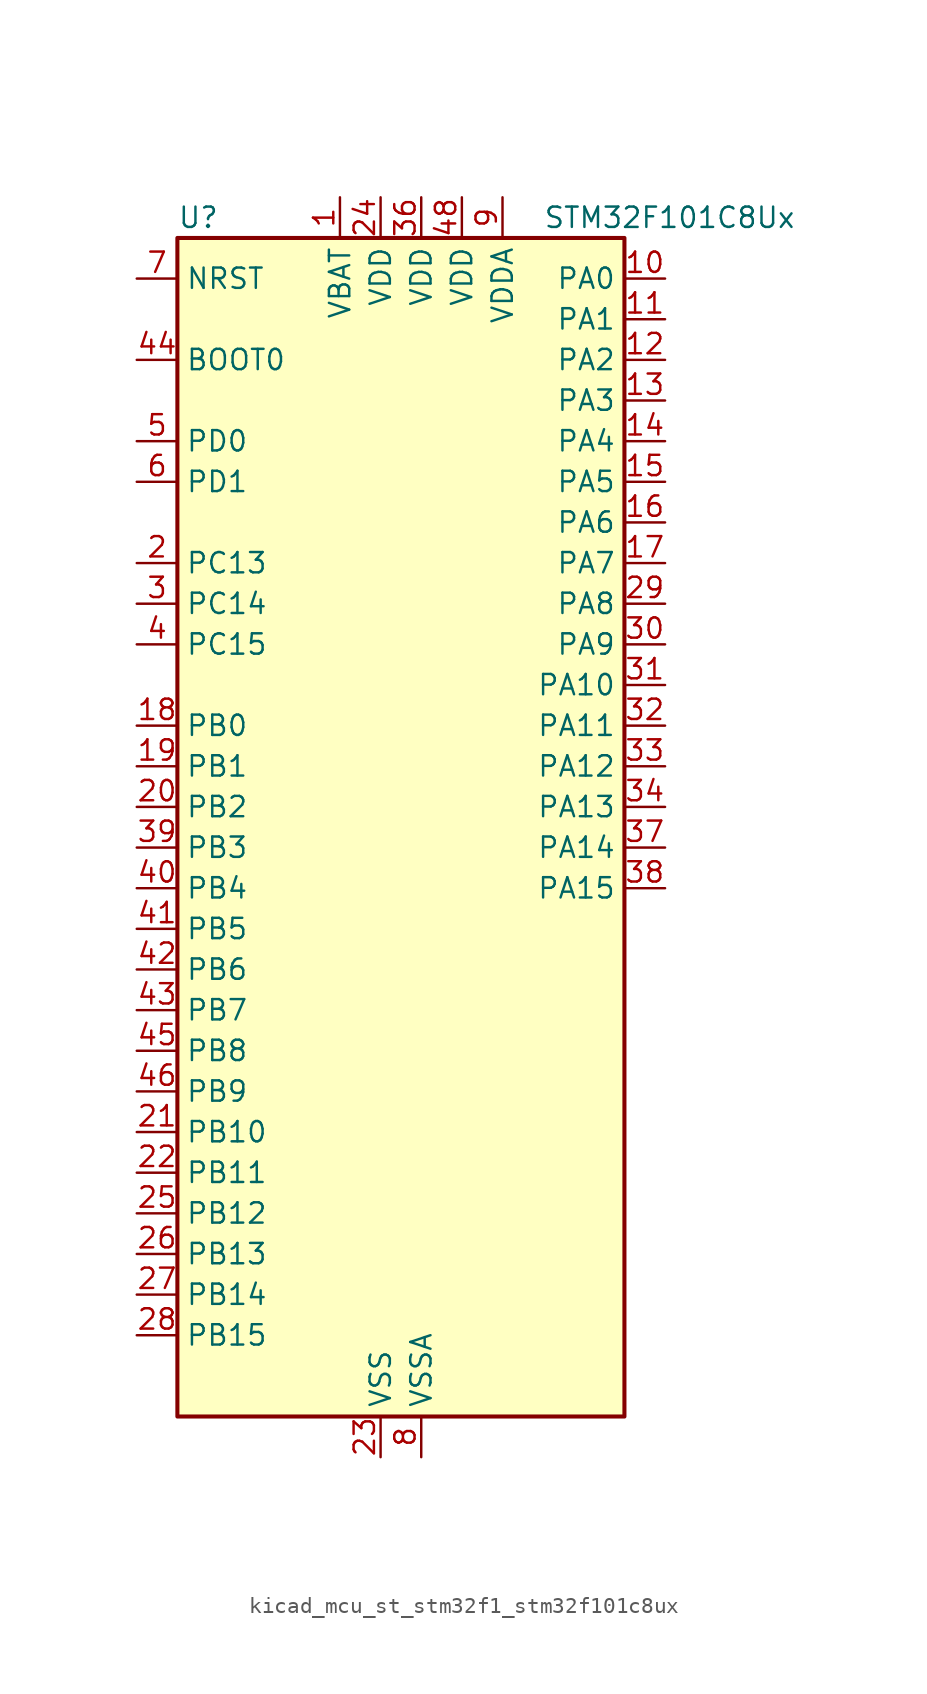
<source format=kicad_sym>
(kicad_symbol_lib
  (version 20220914)
  (generator kicad_symbol_editor)
  (symbol "kicad_mcu_st_stm32f1_stm32f101c8ux"
    (property "Reference" "U"
      (at -12.7 39.37 0)
      (effects (font (size 1.27 1.27)) (justify left)))
    (property "Value" "STM32F101C8Ux"
      (at 10.16 39.37 0)
      (effects (font (size 1.27 1.27)) (justify left)))
    (property "ki_locked" ""
      (at 0 0 0)
      (effects (font (size 1.27 1.27))))
    (symbol "kicad_mcu_st_stm32f1_stm32f101c8ux_0_1"
      (rectangle (start -12.7 -35.56) (end 15.24 38.1) (stroke (width 0.254) (type default)) (fill (type background))))
    (symbol "kicad_mcu_st_stm32f1_stm32f101c8ux_1_1"
      (pin power_in line (at -2.54 40.64 270) (length 2.54) (name "VBAT" (effects (font (size 1.27 1.27)))) (number "1" (effects (font (size 1.27 1.27)))))
      (pin bidirectional line (at 17.78 35.56 180) (length 2.54) (name "PA0" (effects (font (size 1.27 1.27)))) (number "10" (effects (font (size 1.27 1.27)))) (alternate "ADC1_IN0" bidirectional line) (alternate "SYS_WKUP" bidirectional line) (alternate "TIM2_CH1" bidirectional line) (alternate "TIM2_ETR" bidirectional line) (alternate "USART2_CTS" bidirectional line))
      (pin bidirectional line (at 17.78 33.02 180) (length 2.54) (name "PA1" (effects (font (size 1.27 1.27)))) (number "11" (effects (font (size 1.27 1.27)))) (alternate "ADC1_IN1" bidirectional line) (alternate "TIM2_CH2" bidirectional line) (alternate "USART2_RTS" bidirectional line))
      (pin bidirectional line (at 17.78 30.48 180) (length 2.54) (name "PA2" (effects (font (size 1.27 1.27)))) (number "12" (effects (font (size 1.27 1.27)))) (alternate "ADC1_IN2" bidirectional line) (alternate "TIM2_CH3" bidirectional line) (alternate "USART2_TX" bidirectional line))
      (pin bidirectional line (at 17.78 27.94 180) (length 2.54) (name "PA3" (effects (font (size 1.27 1.27)))) (number "13" (effects (font (size 1.27 1.27)))) (alternate "ADC1_IN3" bidirectional line) (alternate "TIM2_CH4" bidirectional line) (alternate "USART2_RX" bidirectional line))
      (pin bidirectional line (at 17.78 25.4 180) (length 2.54) (name "PA4" (effects (font (size 1.27 1.27)))) (number "14" (effects (font (size 1.27 1.27)))) (alternate "ADC1_IN4" bidirectional line) (alternate "SPI1_NSS" bidirectional line) (alternate "USART2_CK" bidirectional line))
      (pin bidirectional line (at 17.78 22.86 180) (length 2.54) (name "PA5" (effects (font (size 1.27 1.27)))) (number "15" (effects (font (size 1.27 1.27)))) (alternate "ADC1_IN5" bidirectional line) (alternate "SPI1_SCK" bidirectional line))
      (pin bidirectional line (at 17.78 20.32 180) (length 2.54) (name "PA6" (effects (font (size 1.27 1.27)))) (number "16" (effects (font (size 1.27 1.27)))) (alternate "ADC1_IN6" bidirectional line) (alternate "SPI1_MISO" bidirectional line) (alternate "TIM3_CH1" bidirectional line))
      (pin bidirectional line (at 17.78 17.78 180) (length 2.54) (name "PA7" (effects (font (size 1.27 1.27)))) (number "17" (effects (font (size 1.27 1.27)))) (alternate "ADC1_IN7" bidirectional line) (alternate "SPI1_MOSI" bidirectional line) (alternate "TIM3_CH2" bidirectional line))
      (pin bidirectional line (at -15.24 7.62 0) (length 2.54) (name "PB0" (effects (font (size 1.27 1.27)))) (number "18" (effects (font (size 1.27 1.27)))) (alternate "ADC1_IN8" bidirectional line) (alternate "TIM3_CH3" bidirectional line))
      (pin bidirectional line (at -15.24 5.08 0) (length 2.54) (name "PB1" (effects (font (size 1.27 1.27)))) (number "19" (effects (font (size 1.27 1.27)))) (alternate "ADC1_IN9" bidirectional line) (alternate "TIM3_CH4" bidirectional line))
      (pin bidirectional line (at -15.24 17.78 0) (length 2.54) (name "PC13" (effects (font (size 1.27 1.27)))) (number "2" (effects (font (size 1.27 1.27)))) (alternate "RTC_OUT" bidirectional line) (alternate "RTC_TAMPER" bidirectional line))
      (pin bidirectional line (at -15.24 2.54 0) (length 2.54) (name "PB2" (effects (font (size 1.27 1.27)))) (number "20" (effects (font (size 1.27 1.27)))))
      (pin bidirectional line (at -15.24 -17.78 0) (length 2.54) (name "PB10" (effects (font (size 1.27 1.27)))) (number "21" (effects (font (size 1.27 1.27)))) (alternate "I2C2_SCL" bidirectional line) (alternate "TIM2_CH3" bidirectional line) (alternate "USART3_TX" bidirectional line))
      (pin bidirectional line (at -15.24 -20.32 0) (length 2.54) (name "PB11" (effects (font (size 1.27 1.27)))) (number "22" (effects (font (size 1.27 1.27)))) (alternate "ADC1_EXTI11" bidirectional line) (alternate "I2C2_SDA" bidirectional line) (alternate "TIM2_CH4" bidirectional line) (alternate "USART3_RX" bidirectional line))
      (pin power_in line (at 0 -38.1 90) (length 2.54) (name "VSS" (effects (font (size 1.27 1.27)))) (number "23" (effects (font (size 1.27 1.27)))))
      (pin power_in line (at 0 40.64 270) (length 2.54) (name "VDD" (effects (font (size 1.27 1.27)))) (number "24" (effects (font (size 1.27 1.27)))))
      (pin bidirectional line (at -15.24 -22.86 0) (length 2.54) (name "PB12" (effects (font (size 1.27 1.27)))) (number "25" (effects (font (size 1.27 1.27)))) (alternate "I2C2_SMBA" bidirectional line) (alternate "SPI2_NSS" bidirectional line) (alternate "USART3_CK" bidirectional line))
      (pin bidirectional line (at -15.24 -25.4 0) (length 2.54) (name "PB13" (effects (font (size 1.27 1.27)))) (number "26" (effects (font (size 1.27 1.27)))) (alternate "SPI2_SCK" bidirectional line) (alternate "USART3_CTS" bidirectional line))
      (pin bidirectional line (at -15.24 -27.94 0) (length 2.54) (name "PB14" (effects (font (size 1.27 1.27)))) (number "27" (effects (font (size 1.27 1.27)))) (alternate "SPI2_MISO" bidirectional line) (alternate "USART3_RTS" bidirectional line))
      (pin bidirectional line (at -15.24 -30.48 0) (length 2.54) (name "PB15" (effects (font (size 1.27 1.27)))) (number "28" (effects (font (size 1.27 1.27)))) (alternate "ADC1_EXTI15" bidirectional line) (alternate "SPI2_MOSI" bidirectional line))
      (pin bidirectional line (at 17.78 15.24 180) (length 2.54) (name "PA8" (effects (font (size 1.27 1.27)))) (number "29" (effects (font (size 1.27 1.27)))) (alternate "RCC_MCO" bidirectional line) (alternate "USART1_CK" bidirectional line))
      (pin bidirectional line (at -15.24 15.24 0) (length 2.54) (name "PC14" (effects (font (size 1.27 1.27)))) (number "3" (effects (font (size 1.27 1.27)))) (alternate "RCC_OSC32_IN" bidirectional line))
      (pin bidirectional line (at 17.78 12.7 180) (length 2.54) (name "PA9" (effects (font (size 1.27 1.27)))) (number "30" (effects (font (size 1.27 1.27)))) (alternate "USART1_TX" bidirectional line))
      (pin bidirectional line (at 17.78 10.16 180) (length 2.54) (name "PA10" (effects (font (size 1.27 1.27)))) (number "31" (effects (font (size 1.27 1.27)))) (alternate "USART1_RX" bidirectional line))
      (pin bidirectional line (at 17.78 7.62 180) (length 2.54) (name "PA11" (effects (font (size 1.27 1.27)))) (number "32" (effects (font (size 1.27 1.27)))) (alternate "ADC1_EXTI11" bidirectional line) (alternate "USART1_CTS" bidirectional line))
      (pin bidirectional line (at 17.78 5.08 180) (length 2.54) (name "PA12" (effects (font (size 1.27 1.27)))) (number "33" (effects (font (size 1.27 1.27)))) (alternate "USART1_RTS" bidirectional line))
      (pin bidirectional line (at 17.78 2.54 180) (length 2.54) (name "PA13" (effects (font (size 1.27 1.27)))) (number "34" (effects (font (size 1.27 1.27)))) (alternate "SYS_JTMS-SWDIO" bidirectional line))
      (pin passive line (at 0 -38.1 90) (length 2.54) hide (name "VSS" (effects (font (size 1.27 1.27)))) (number "35" (effects (font (size 1.27 1.27)))))
      (pin power_in line (at 2.54 40.64 270) (length 2.54) (name "VDD" (effects (font (size 1.27 1.27)))) (number "36" (effects (font (size 1.27 1.27)))))
      (pin bidirectional line (at 17.78 0 180) (length 2.54) (name "PA14" (effects (font (size 1.27 1.27)))) (number "37" (effects (font (size 1.27 1.27)))) (alternate "SYS_JTCK-SWCLK" bidirectional line))
      (pin bidirectional line (at 17.78 -2.54 180) (length 2.54) (name "PA15" (effects (font (size 1.27 1.27)))) (number "38" (effects (font (size 1.27 1.27)))) (alternate "ADC1_EXTI15" bidirectional line) (alternate "SPI1_NSS" bidirectional line) (alternate "SYS_JTDI" bidirectional line) (alternate "TIM2_CH1" bidirectional line) (alternate "TIM2_ETR" bidirectional line))
      (pin bidirectional line (at -15.24 0 0) (length 2.54) (name "PB3" (effects (font (size 1.27 1.27)))) (number "39" (effects (font (size 1.27 1.27)))) (alternate "SPI1_SCK" bidirectional line) (alternate "SYS_JTDO-TRACESWO" bidirectional line) (alternate "TIM2_CH2" bidirectional line))
      (pin bidirectional line (at -15.24 12.7 0) (length 2.54) (name "PC15" (effects (font (size 1.27 1.27)))) (number "4" (effects (font (size 1.27 1.27)))) (alternate "ADC1_EXTI15" bidirectional line) (alternate "RCC_OSC32_OUT" bidirectional line))
      (pin bidirectional line (at -15.24 -2.54 0) (length 2.54) (name "PB4" (effects (font (size 1.27 1.27)))) (number "40" (effects (font (size 1.27 1.27)))) (alternate "SPI1_MISO" bidirectional line) (alternate "SYS_NJTRST" bidirectional line) (alternate "TIM3_CH1" bidirectional line))
      (pin bidirectional line (at -15.24 -5.08 0) (length 2.54) (name "PB5" (effects (font (size 1.27 1.27)))) (number "41" (effects (font (size 1.27 1.27)))) (alternate "I2C1_SMBA" bidirectional line) (alternate "SPI1_MOSI" bidirectional line) (alternate "TIM3_CH2" bidirectional line))
      (pin bidirectional line (at -15.24 -7.62 0) (length 2.54) (name "PB6" (effects (font (size 1.27 1.27)))) (number "42" (effects (font (size 1.27 1.27)))) (alternate "I2C1_SCL" bidirectional line) (alternate "TIM4_CH1" bidirectional line) (alternate "USART1_TX" bidirectional line))
      (pin bidirectional line (at -15.24 -10.16 0) (length 2.54) (name "PB7" (effects (font (size 1.27 1.27)))) (number "43" (effects (font (size 1.27 1.27)))) (alternate "I2C1_SDA" bidirectional line) (alternate "TIM4_CH2" bidirectional line) (alternate "USART1_RX" bidirectional line))
      (pin input line (at -15.24 30.48 0) (length 2.54) (name "BOOT0" (effects (font (size 1.27 1.27)))) (number "44" (effects (font (size 1.27 1.27)))))
      (pin bidirectional line (at -15.24 -12.7 0) (length 2.54) (name "PB8" (effects (font (size 1.27 1.27)))) (number "45" (effects (font (size 1.27 1.27)))) (alternate "I2C1_SCL" bidirectional line) (alternate "TIM4_CH3" bidirectional line))
      (pin bidirectional line (at -15.24 -15.24 0) (length 2.54) (name "PB9" (effects (font (size 1.27 1.27)))) (number "46" (effects (font (size 1.27 1.27)))) (alternate "I2C1_SDA" bidirectional line) (alternate "TIM4_CH4" bidirectional line))
      (pin passive line (at 0 -38.1 90) (length 2.54) hide (name "VSS" (effects (font (size 1.27 1.27)))) (number "47" (effects (font (size 1.27 1.27)))))
      (pin power_in line (at 5.08 40.64 270) (length 2.54) (name "VDD" (effects (font (size 1.27 1.27)))) (number "48" (effects (font (size 1.27 1.27)))))
      (pin passive line (at 0 -38.1 90) (length 2.54) hide (name "VSS" (effects (font (size 1.27 1.27)))) (number "49" (effects (font (size 1.27 1.27)))))
      (pin bidirectional line (at -15.24 25.4 0) (length 2.54) (name "PD0" (effects (font (size 1.27 1.27)))) (number "5" (effects (font (size 1.27 1.27)))) (alternate "RCC_OSC_IN" bidirectional line))
      (pin bidirectional line (at -15.24 22.86 0) (length 2.54) (name "PD1" (effects (font (size 1.27 1.27)))) (number "6" (effects (font (size 1.27 1.27)))) (alternate "RCC_OSC_OUT" bidirectional line))
      (pin input line (at -15.24 35.56 0) (length 2.54) (name "NRST" (effects (font (size 1.27 1.27)))) (number "7" (effects (font (size 1.27 1.27)))))
      (pin power_in line (at 2.54 -38.1 90) (length 2.54) (name "VSSA" (effects (font (size 1.27 1.27)))) (number "8" (effects (font (size 1.27 1.27)))))
      (pin power_in line (at 7.62 40.64 270) (length 2.54) (name "VDDA" (effects (font (size 1.27 1.27)))) (number "9" (effects (font (size 1.27 1.27))))))))
</source>
